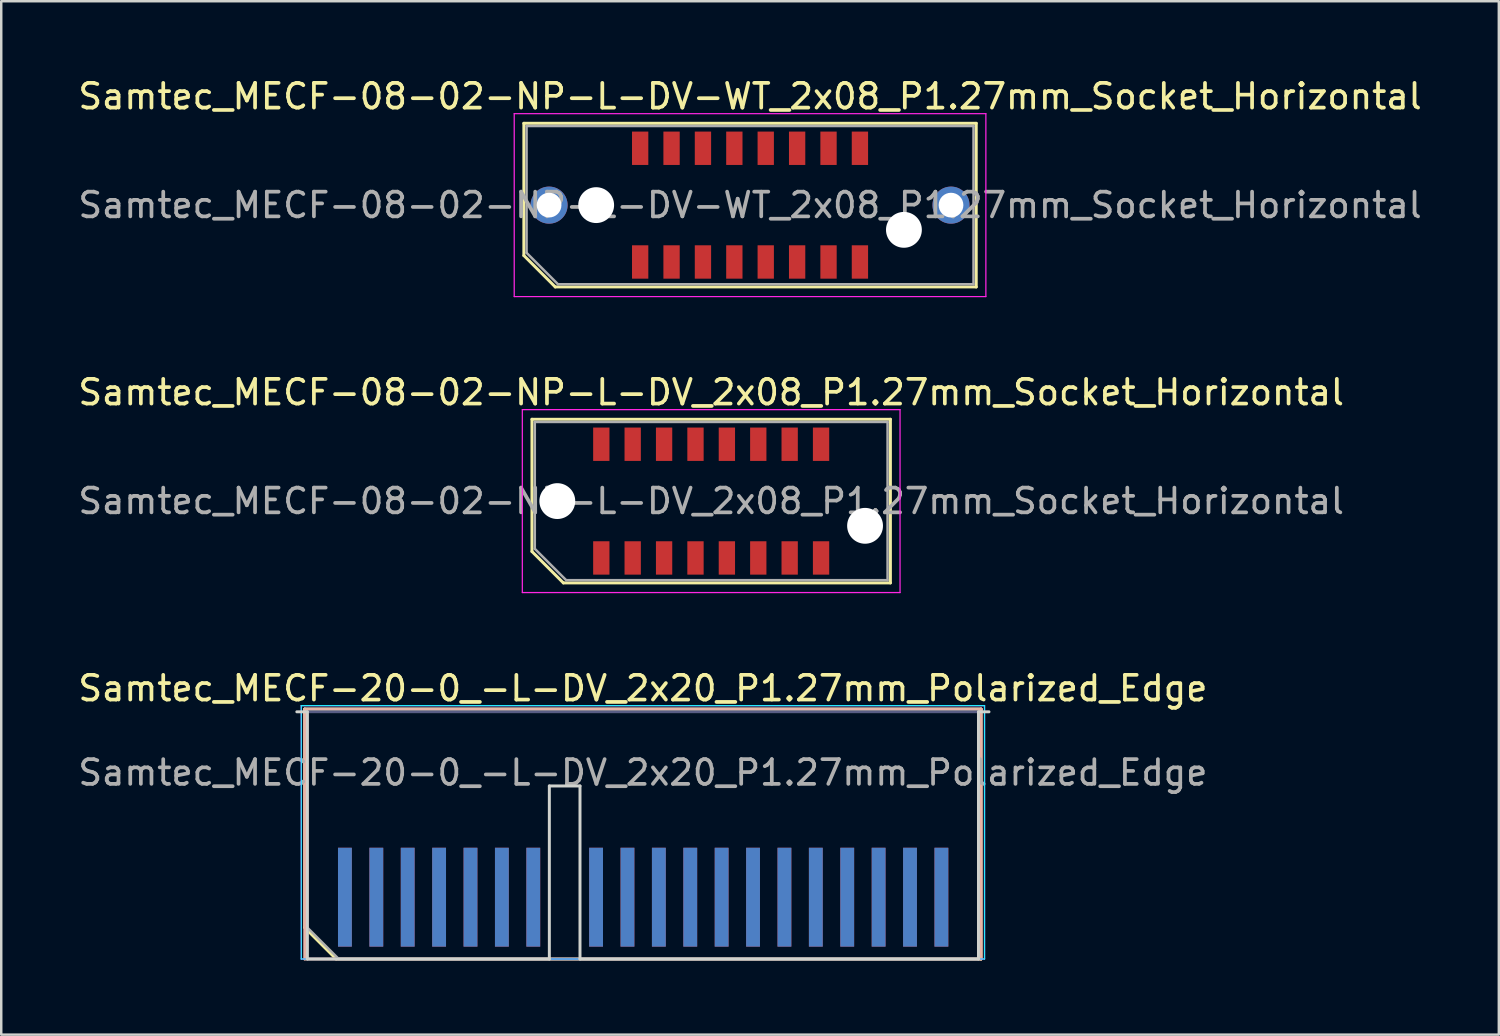
<source format=kicad_pcb>
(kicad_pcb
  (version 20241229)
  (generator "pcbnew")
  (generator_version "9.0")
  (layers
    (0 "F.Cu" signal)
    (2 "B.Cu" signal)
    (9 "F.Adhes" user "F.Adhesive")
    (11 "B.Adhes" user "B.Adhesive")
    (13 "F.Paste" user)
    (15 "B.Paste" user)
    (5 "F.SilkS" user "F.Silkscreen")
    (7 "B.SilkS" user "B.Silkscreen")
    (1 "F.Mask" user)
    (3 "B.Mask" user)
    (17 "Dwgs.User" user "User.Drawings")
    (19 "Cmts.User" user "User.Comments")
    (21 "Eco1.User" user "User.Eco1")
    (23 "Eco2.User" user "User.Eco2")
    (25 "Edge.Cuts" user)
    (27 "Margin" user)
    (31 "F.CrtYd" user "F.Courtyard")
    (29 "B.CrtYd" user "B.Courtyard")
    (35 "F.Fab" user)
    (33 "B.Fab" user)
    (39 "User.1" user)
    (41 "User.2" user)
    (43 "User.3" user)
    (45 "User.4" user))
  (footprint "Samtec_MECF-20-0_-L-DV_2x20_P1.27mm_Polarized_Edge"
    (layer "F.Cu")
    (at 22.958 30.745)
    (property "Reference" "Samtec_MECF-20-0_-L-DV_2x20_P1.27mm_Polarized_Edge" (at 0 -5.95 0) (layer "F.SilkS") (effects (font (size 1 1) (thickness 0.15))))
    (attr exclude_from_pos_files exclude_from_bom)
    (fp_line (start -13.68 -5.11) (end 13.68 -5.11) (stroke (width 0.12) (type solid)) (layer "F.SilkS"))
    (fp_line (start -13.68 3.73) (end -13.68 -5.11) (stroke (width 0.12) (type solid)) (layer "F.SilkS"))
    (fp_line (start -12.41 5) (end -13.68 3.73) (stroke (width 0.12) (type solid)) (layer "F.SilkS"))
    (fp_line (start -12.41 5) (end 13.68 5) (stroke (width 0.12) (type solid)) (layer "F.SilkS"))
    (fp_line (start 13.68 5) (end 13.68 -5.11) (stroke (width 0.12) (type solid)) (layer "F.SilkS"))
    (fp_line (start -13.68 -5.11) (end 13.68 -5.11) (stroke (width 0.12) (type solid)) (layer "B.SilkS"))
    (fp_line (start -13.68 5) (end -13.68 -5.11) (stroke (width 0.12) (type solid)) (layer "B.SilkS"))
    (fp_line (start -13.68 5) (end 13.68 5) (stroke (width 0.12) (type solid)) (layer "B.SilkS"))
    (fp_line (start 13.68 5) (end 13.68 -5.11) (stroke (width 0.12) (type solid)) (layer "B.SilkS"))
    (fp_line (start -14 -5) (end -13.575 -5) (stroke (width 0.12) (type solid)) (layer "Edge.Cuts"))
    (fp_line (start -13.575 5) (end -13.575 -5) (stroke (width 0.12) (type solid)) (layer "Edge.Cuts"))
    (fp_line (start -13.575 5) (end -3.785 5) (stroke (width 0.12) (type solid)) (layer "Edge.Cuts"))
    (fp_line (start -3.785 -2) (end -2.545 -2) (stroke (width 0.12) (type solid)) (layer "Edge.Cuts"))
    (fp_line (start -3.785 5) (end -3.785 -2) (stroke (width 0.12) (type solid)) (layer "Edge.Cuts"))
    (fp_line (start -2.545 5) (end -2.545 -2) (stroke (width 0.12) (type solid)) (layer "Edge.Cuts"))
    (fp_line (start -2.545 5) (end 13.575 5) (stroke (width 0.12) (type solid)) (layer "Edge.Cuts"))
    (fp_line (start 13.575 5) (end 13.575 -5) (stroke (width 0.12) (type solid)) (layer "Edge.Cuts"))
    (fp_line (start 14 -5) (end 13.575 -5) (stroke (width 0.12) (type solid)) (layer "Edge.Cuts"))
    (fp_line (start -13.82 -5.25) (end -13.82 5) (stroke (width 0.05) (type solid)) (layer "B.CrtYd"))
    (fp_line (start -13.82 5) (end 13.82 5) (stroke (width 0.05) (type solid)) (layer "B.CrtYd"))
    (fp_line (start 13.82 -5.25) (end -13.82 -5.25) (stroke (width 0.05) (type solid)) (layer "B.CrtYd"))
    (fp_line (start 13.82 5) (end 13.82 -5.25) (stroke (width 0.05) (type solid)) (layer "B.CrtYd"))
    (fp_line (start -13.82 -5.25) (end -13.82 5) (stroke (width 0.05) (type solid)) (layer "F.CrtYd"))
    (fp_line (start -13.82 5) (end 13.82 5) (stroke (width 0.05) (type solid)) (layer "F.CrtYd"))
    (fp_line (start 13.82 -5.25) (end -13.82 -5.25) (stroke (width 0.05) (type solid)) (layer "F.CrtYd"))
    (fp_line (start 13.82 5) (end 13.82 -5.25) (stroke (width 0.05) (type solid)) (layer "F.CrtYd"))
    (fp_line (start -13.575 -5) (end 13.575 -5) (stroke (width 0.1) (type solid)) (layer "B.Fab"))
    (fp_line (start -13.575 5) (end -13.575 -5) (stroke (width 0.1) (type solid)) (layer "B.Fab"))
    (fp_line (start -13.575 5) (end 13.575 5) (stroke (width 0.1) (type solid)) (layer "B.Fab"))
    (fp_line (start 13.575 5) (end 13.575 -5) (stroke (width 0.1) (type solid)) (layer "B.Fab"))
    (fp_line (start -13.575 -5) (end 13.575 -5) (stroke (width 0.1) (type solid)) (layer "F.Fab"))
    (fp_line (start -13.575 3.73) (end -13.575 -5) (stroke (width 0.1) (type solid)) (layer "F.Fab"))
    (fp_line (start -13.575 3.73) (end -12.305 5) (stroke (width 0.1) (type solid)) (layer "F.Fab"))
    (fp_line (start -12.305 5) (end 13.575 5) (stroke (width 0.1) (type solid)) (layer "F.Fab"))
    (fp_line (start 13.575 5) (end 13.575 -5) (stroke (width 0.1) (type solid)) (layer "F.Fab"))
    (fp_text user "${REFERENCE}" (at 0 -2.54 0) (layer "F.Fab") (effects (font (size 1 1) (thickness 0.15))))
    (pad "1" connect rect (at -12.055 2.5) (size 0.56 4) (layers "F.Cu" "F.Mask"))
    (pad "2" connect rect (at -12.055 2.5) (size 0.56 4) (layers "B.Cu" "B.Mask"))
    (pad "3" connect rect (at -10.785 2.5) (size 0.56 4) (layers "F.Cu" "F.Mask"))
    (pad "4" connect rect (at -10.785 2.5) (size 0.56 4) (layers "B.Cu" "B.Mask"))
    (pad "5" connect rect (at -9.515 2.5) (size 0.56 4) (layers "F.Cu" "F.Mask"))
    (pad "6" connect rect (at -9.515 2.5) (size 0.56 4) (layers "B.Cu" "B.Mask"))
    (pad "7" connect rect (at -8.245 2.5) (size 0.56 4) (layers "F.Cu" "F.Mask"))
    (pad "8" connect rect (at -8.245 2.5) (size 0.56 4) (layers "B.Cu" "B.Mask"))
    (pad "9" connect rect (at -6.975 2.5) (size 0.56 4) (layers "F.Cu" "F.Mask"))
    (pad "10" connect rect (at -6.975 2.5) (size 0.56 4) (layers "B.Cu" "B.Mask"))
    (pad "11" connect rect (at -5.705 2.5) (size 0.56 4) (layers "F.Cu" "F.Mask"))
    (pad "12" connect rect (at -5.705 2.5) (size 0.56 4) (layers "B.Cu" "B.Mask"))
    (pad "13" connect rect (at -4.435 2.5) (size 0.56 4) (layers "F.Cu" "F.Mask"))
    (pad "14" connect rect (at -4.435 2.5) (size 0.56 4) (layers "B.Cu" "B.Mask"))
    (pad "17" connect rect (at -1.895 2.5) (size 0.56 4) (layers "F.Cu" "F.Mask"))
    (pad "18" connect rect (at -1.895 2.5) (size 0.56 4) (layers "B.Cu" "B.Mask"))
    (pad "19" connect rect (at -0.625 2.5) (size 0.56 4) (layers "F.Cu" "F.Mask"))
    (pad "20" connect rect (at -0.625 2.5) (size 0.56 4) (layers "B.Cu" "B.Mask"))
    (pad "21" connect rect (at 0.645 2.5) (size 0.56 4) (layers "F.Cu" "F.Mask"))
    (pad "22" connect rect (at 0.645 2.5) (size 0.56 4) (layers "B.Cu" "B.Mask"))
    (pad "23" connect rect (at 1.915 2.5) (size 0.56 4) (layers "F.Cu" "F.Mask"))
    (pad "24" connect rect (at 1.915 2.5) (size 0.56 4) (layers "B.Cu" "B.Mask"))
    (pad "25" connect rect (at 3.185 2.5) (size 0.56 4) (layers "F.Cu" "F.Mask"))
    (pad "26" connect rect (at 3.185 2.5) (size 0.56 4) (layers "B.Cu" "B.Mask"))
    (pad "27" connect rect (at 4.455 2.5) (size 0.56 4) (layers "F.Cu" "F.Mask"))
    (pad "28" connect rect (at 4.455 2.5) (size 0.56 4) (layers "B.Cu" "B.Mask"))
    (pad "29" connect rect (at 5.725 2.5) (size 0.56 4) (layers "F.Cu" "F.Mask"))
    (pad "30" connect rect (at 5.725 2.5) (size 0.56 4) (layers "B.Cu" "B.Mask"))
    (pad "31" connect rect (at 6.995 2.5) (size 0.56 4) (layers "F.Cu" "F.Mask"))
    (pad "32" connect rect (at 6.995 2.5) (size 0.56 4) (layers "B.Cu" "B.Mask"))
    (pad "33" connect rect (at 8.265 2.5) (size 0.56 4) (layers "F.Cu" "F.Mask"))
    (pad "34" connect rect (at 8.265 2.5) (size 0.56 4) (layers "B.Cu" "B.Mask"))
    (pad "35" connect rect (at 9.535 2.5) (size 0.56 4) (layers "F.Cu" "F.Mask"))
    (pad "36" connect rect (at 9.535 2.5) (size 0.56 4) (layers "B.Cu" "B.Mask"))
    (pad "37" connect rect (at 10.805 2.5) (size 0.56 4) (layers "F.Cu" "F.Mask"))
    (pad "38" connect rect (at 10.805 2.5) (size 0.56 4) (layers "B.Cu" "B.Mask"))
    (pad "39" connect rect (at 12.075 2.5) (size 0.56 4) (layers "F.Cu" "F.Mask"))
    (pad "40" connect rect (at 12.075 2.5) (size 0.56 4) (layers "B.Cu" "B.Mask")))
  (footprint "Samtec_MECF-08-02-NP-L-DV-WT_2x08_P1.27mm_Socket_Horizontal"
    (layer "F.Cu")
    (at 27.292 5.248)
    (property "Reference" "Samtec_MECF-08-02-NP-L-DV-WT_2x08_P1.27mm_Socket_Horizontal" (at 0 -4.4 0) (layer "F.SilkS") (effects (font (size 1 1) (thickness 0.15))))
    (attr smd)
    (fp_line (start -9.15 -3.31) (end 9.15 -3.31) (stroke (width 0.12) (type solid)) (layer "F.SilkS"))
    (fp_line (start -9.15 2.04) (end -9.15 -3.31) (stroke (width 0.12) (type solid)) (layer "F.SilkS"))
    (fp_line (start -7.88 3.31) (end -9.15 2.04) (stroke (width 0.12) (type solid)) (layer "F.SilkS"))
    (fp_line (start -7.88 3.31) (end 9.15 3.31) (stroke (width 0.12) (type solid)) (layer "F.SilkS"))
    (fp_line (start 9.15 3.31) (end 9.15 -3.31) (stroke (width 0.12) (type solid)) (layer "F.SilkS"))
    (fp_line (start -9.54 -3.7) (end -9.54 3.7) (stroke (width 0.05) (type solid)) (layer "F.CrtYd"))
    (fp_line (start -9.54 3.7) (end 9.54 3.7) (stroke (width 0.05) (type solid)) (layer "F.CrtYd"))
    (fp_line (start 9.54 -3.7) (end -9.54 -3.7) (stroke (width 0.05) (type solid)) (layer "F.CrtYd"))
    (fp_line (start 9.54 3.7) (end 9.54 -3.7) (stroke (width 0.05) (type solid)) (layer "F.CrtYd"))
    (fp_line (start -9.04 -3.2) (end 9.04 -3.2) (stroke (width 0.1) (type solid)) (layer "F.Fab"))
    (fp_line (start -9.04 1.93) (end -9.04 -3.2) (stroke (width 0.1) (type solid)) (layer "F.Fab"))
    (fp_line (start -9.04 1.93) (end -7.77 3.2) (stroke (width 0.1) (type solid)) (layer "F.Fab"))
    (fp_line (start -7.77 3.2) (end 9.04 3.2) (stroke (width 0.1) (type solid)) (layer "F.Fab"))
    (fp_line (start 9.04 3.2) (end 9.04 -3.2) (stroke (width 0.1) (type solid)) (layer "F.Fab"))
    (fp_text user "${REFERENCE}" (at 0 0 0) (layer "F.Fab") (effects (font (size 1 1) (thickness 0.15))))
    (pad "" thru_hole circle (at -8.13 0) (size 1.5 1.5) (drill 1) (layers "*.Cu" "*.Mask"))
    (pad "" np_thru_hole circle (at -6.225 0) (size 1.45 1.45) (drill 1.45) (layers "*.Cu" "*.Mask"))
    (pad "" np_thru_hole circle (at 6.225 1) (size 1.45 1.45) (drill 1.45) (layers "*.Cu" "*.Mask"))
    (pad "" thru_hole circle (at 8.13 0) (size 1.5 1.5) (drill 1) (layers "*.Cu" "*.Mask"))
    (pad "1" smd rect (at -4.445 2.3) (size 0.66 1.35) (layers "F.Cu" "F.Mask" "F.Paste"))
    (pad "2" smd rect (at -4.445 -2.3) (size 0.66 1.35) (layers "F.Cu" "F.Mask" "F.Paste"))
    (pad "3" smd rect (at -3.175 2.3) (size 0.66 1.35) (layers "F.Cu" "F.Mask" "F.Paste"))
    (pad "4" smd rect (at -3.175 -2.3) (size 0.66 1.35) (layers "F.Cu" "F.Mask" "F.Paste"))
    (pad "5" smd rect (at -1.905 2.3) (size 0.66 1.35) (layers "F.Cu" "F.Mask" "F.Paste"))
    (pad "6" smd rect (at -1.905 -2.3) (size 0.66 1.35) (layers "F.Cu" "F.Mask" "F.Paste"))
    (pad "7" smd rect (at -0.635 2.3) (size 0.66 1.35) (layers "F.Cu" "F.Mask" "F.Paste"))
    (pad "8" smd rect (at -0.635 -2.3) (size 0.66 1.35) (layers "F.Cu" "F.Mask" "F.Paste"))
    (pad "9" smd rect (at 0.635 2.3) (size 0.66 1.35) (layers "F.Cu" "F.Mask" "F.Paste"))
    (pad "10" smd rect (at 0.635 -2.3) (size 0.66 1.35) (layers "F.Cu" "F.Mask" "F.Paste"))
    (pad "11" smd rect (at 1.905 2.3) (size 0.66 1.35) (layers "F.Cu" "F.Mask" "F.Paste"))
    (pad "12" smd rect (at 1.905 -2.3) (size 0.66 1.35) (layers "F.Cu" "F.Mask" "F.Paste"))
    (pad "13" smd rect (at 3.175 2.3) (size 0.66 1.35) (layers "F.Cu" "F.Mask" "F.Paste"))
    (pad "14" smd rect (at 3.175 -2.3) (size 0.66 1.35) (layers "F.Cu" "F.Mask" "F.Paste"))
    (pad "15" smd rect (at 4.445 2.3) (size 0.66 1.35) (layers "F.Cu" "F.Mask" "F.Paste"))
    (pad "16" smd rect (at 4.445 -2.3) (size 0.66 1.35) (layers "F.Cu" "F.Mask" "F.Paste")))
  (footprint "Samtec_MECF-08-02-NP-L-DV_2x08_P1.27mm_Socket_Horizontal"
    (layer "F.Cu")
    (at 25.72 17.221)
    (property "Reference" "Samtec_MECF-08-02-NP-L-DV_2x08_P1.27mm_Socket_Horizontal" (at 0 -4.4 0) (layer "F.SilkS") (effects (font (size 1 1) (thickness 0.15))))
    (attr smd)
    (fp_line (start -7.25 -3.31) (end 7.25 -3.31) (stroke (width 0.12) (type solid)) (layer "F.SilkS"))
    (fp_line (start -7.25 2.04) (end -7.25 -3.31) (stroke (width 0.12) (type solid)) (layer "F.SilkS"))
    (fp_line (start -5.98 3.31) (end -7.25 2.04) (stroke (width 0.12) (type solid)) (layer "F.SilkS"))
    (fp_line (start -5.98 3.31) (end 7.25 3.31) (stroke (width 0.12) (type solid)) (layer "F.SilkS"))
    (fp_line (start 7.25 3.31) (end 7.25 -3.31) (stroke (width 0.12) (type solid)) (layer "F.SilkS"))
    (fp_line (start -7.64 -3.7) (end -7.64 3.7) (stroke (width 0.05) (type solid)) (layer "F.CrtYd"))
    (fp_line (start -7.64 3.7) (end 7.64 3.7) (stroke (width 0.05) (type solid)) (layer "F.CrtYd"))
    (fp_line (start 7.64 -3.7) (end -7.64 -3.7) (stroke (width 0.05) (type solid)) (layer "F.CrtYd"))
    (fp_line (start 7.64 3.7) (end 7.64 -3.7) (stroke (width 0.05) (type solid)) (layer "F.CrtYd"))
    (fp_line (start -7.135 -3.2) (end 7.135 -3.2) (stroke (width 0.1) (type solid)) (layer "F.Fab"))
    (fp_line (start -7.135 1.93) (end -7.135 -3.2) (stroke (width 0.1) (type solid)) (layer "F.Fab"))
    (fp_line (start -7.135 1.93) (end -5.865 3.2) (stroke (width 0.1) (type solid)) (layer "F.Fab"))
    (fp_line (start -5.865 3.2) (end 7.135 3.2) (stroke (width 0.1) (type solid)) (layer "F.Fab"))
    (fp_line (start 7.135 3.2) (end 7.135 -3.2) (stroke (width 0.1) (type solid)) (layer "F.Fab"))
    (fp_text user "${REFERENCE}" (at 0 0 0) (layer "F.Fab") (effects (font (size 1 1) (thickness 0.15))))
    (pad "" np_thru_hole circle (at -6.225 0) (size 1.45 1.45) (drill 1.45) (layers "*.Cu" "*.Mask"))
    (pad "" np_thru_hole circle (at 6.225 1) (size 1.45 1.45) (drill 1.45) (layers "*.Cu" "*.Mask"))
    (pad "1" smd rect (at -4.445 2.3) (size 0.66 1.35) (layers "F.Cu" "F.Mask" "F.Paste"))
    (pad "2" smd rect (at -4.445 -2.3) (size 0.66 1.35) (layers "F.Cu" "F.Mask" "F.Paste"))
    (pad "3" smd rect (at -3.175 2.3) (size 0.66 1.35) (layers "F.Cu" "F.Mask" "F.Paste"))
    (pad "4" smd rect (at -3.175 -2.3) (size 0.66 1.35) (layers "F.Cu" "F.Mask" "F.Paste"))
    (pad "5" smd rect (at -1.905 2.3) (size 0.66 1.35) (layers "F.Cu" "F.Mask" "F.Paste"))
    (pad "6" smd rect (at -1.905 -2.3) (size 0.66 1.35) (layers "F.Cu" "F.Mask" "F.Paste"))
    (pad "7" smd rect (at -0.635 2.3) (size 0.66 1.35) (layers "F.Cu" "F.Mask" "F.Paste"))
    (pad "8" smd rect (at -0.635 -2.3) (size 0.66 1.35) (layers "F.Cu" "F.Mask" "F.Paste"))
    (pad "9" smd rect (at 0.635 2.3) (size 0.66 1.35) (layers "F.Cu" "F.Mask" "F.Paste"))
    (pad "10" smd rect (at 0.635 -2.3) (size 0.66 1.35) (layers "F.Cu" "F.Mask" "F.Paste"))
    (pad "11" smd rect (at 1.905 2.3) (size 0.66 1.35) (layers "F.Cu" "F.Mask" "F.Paste"))
    (pad "12" smd rect (at 1.905 -2.3) (size 0.66 1.35) (layers "F.Cu" "F.Mask" "F.Paste"))
    (pad "13" smd rect (at 3.175 2.3) (size 0.66 1.35) (layers "F.Cu" "F.Mask" "F.Paste"))
    (pad "14" smd rect (at 3.175 -2.3) (size 0.66 1.35) (layers "F.Cu" "F.Mask" "F.Paste"))
    (pad "15" smd rect (at 4.445 2.3) (size 0.66 1.35) (layers "F.Cu" "F.Mask" "F.Paste"))
    (pad "16" smd rect (at 4.445 -2.3) (size 0.66 1.35) (layers "F.Cu" "F.Mask" "F.Paste")))
  (gr_rect
    (start -3 -3)
    (end 57.583 38.805)
    (stroke (width 0.1) (type default))
    (fill no)
    (layer "Edge.Cuts")))
</source>
